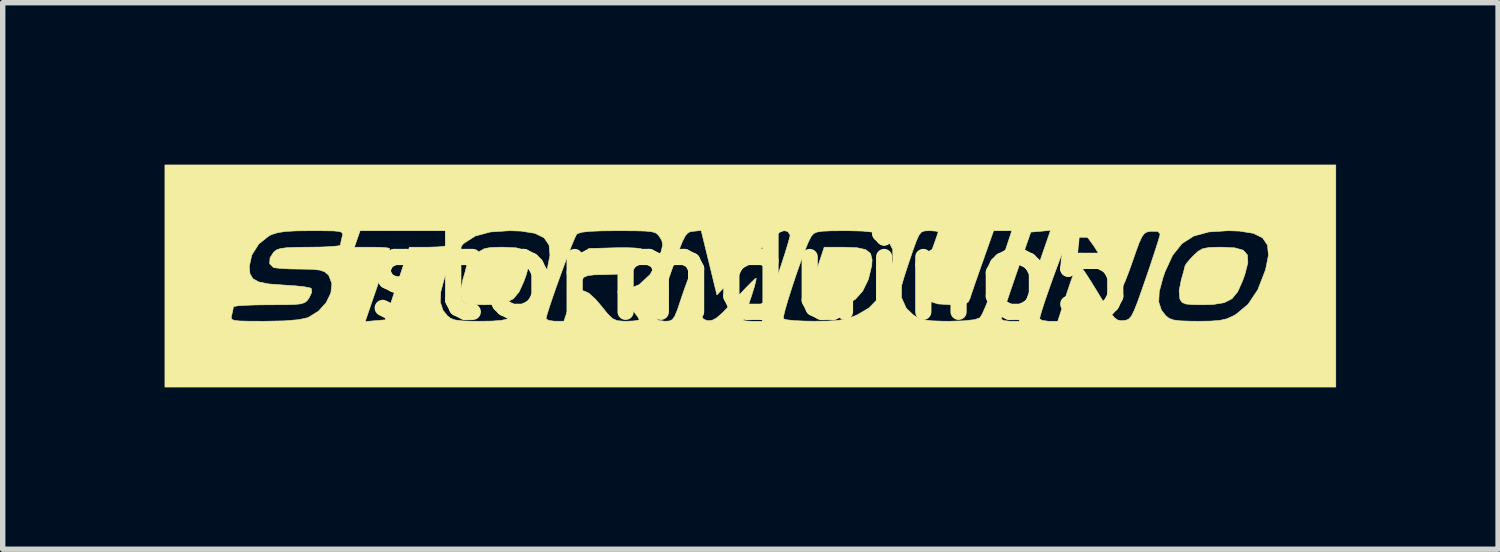
<source format=kicad_pcb>
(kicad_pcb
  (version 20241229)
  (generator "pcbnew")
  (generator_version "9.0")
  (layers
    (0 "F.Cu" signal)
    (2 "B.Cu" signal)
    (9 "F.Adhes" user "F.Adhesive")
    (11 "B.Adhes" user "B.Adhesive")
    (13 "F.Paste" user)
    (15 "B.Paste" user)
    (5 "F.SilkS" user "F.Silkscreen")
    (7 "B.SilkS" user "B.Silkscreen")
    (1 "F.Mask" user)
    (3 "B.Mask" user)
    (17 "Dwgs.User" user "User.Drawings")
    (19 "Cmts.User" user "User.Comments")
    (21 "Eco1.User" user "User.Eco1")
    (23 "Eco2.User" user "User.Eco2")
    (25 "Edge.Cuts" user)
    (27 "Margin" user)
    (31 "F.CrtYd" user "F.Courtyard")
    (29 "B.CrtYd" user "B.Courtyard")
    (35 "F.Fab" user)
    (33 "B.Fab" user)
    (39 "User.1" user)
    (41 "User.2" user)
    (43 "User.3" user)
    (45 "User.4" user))
  (footprint "stormduino5"
    (layer "F.Cu")
    (at 10.825 2.037)
    (property "Reference" "stormduino5" (at 0 0 0) (layer "F.SilkS") (effects (font (size 1.524 1.524) (thickness 0.3))))
    (attr through_hole)
    (fp_poly (pts (xy 2.002 -0.498) (xy 2.163 -0.462) (xy 2.252 -0.391) (xy 2.281 -0.276) (xy 2.274 -0.167) (xy 2.212 0.089) (xy 2.107 0.305) (xy 1.973 0.455) (xy 1.926 0.485) (xy 1.824 0.516) (xy 1.669 0.54) (xy 1.49 0.555) (xy 1.313 0.561) (xy 1.168 0.556) (xy 1.08 0.538) (xy 1.067 0.523) (xy 1.082 0.463) (xy 1.122 0.328) (xy 1.181 0.141) (xy 1.23 -0.01) (xy 1.393 -0.508) (xy 1.754 -0.508) (xy 2.002 -0.498)) (stroke (width 0.01) (type solid)) (fill yes) (layer "F.SilkS"))
    (fp_poly (pts (xy -4.31 -0.496) (xy -4.154 -0.452) (xy -4.075 -0.364) (xy -4.068 -0.219) (xy -4.123 -0.005) (xy -4.168 0.121) (xy -4.257 0.318) (xy -4.363 0.447) (xy -4.508 0.521) (xy -4.714 0.554) (xy -4.902 0.559) (xy -5.1 0.556) (xy -5.219 0.544) (xy -5.285 0.516) (xy -5.32 0.466) (xy -5.329 0.445) (xy -5.342 0.3) (xy -5.303 0.103) (xy -5.303 0.102) (xy -5.261 -0.041) (xy -5.236 -0.14) (xy -5.233 -0.161) (xy -5.2 -0.215) (xy -5.117 -0.31) (xy -5.076 -0.352) (xy -4.986 -0.434) (xy -4.9 -0.481) (xy -4.786 -0.502) (xy -4.611 -0.508) (xy -4.553 -0.508) (xy -4.31 -0.496)) (stroke (width 0.01) (type solid)) (fill yes) (layer "F.SilkS"))
    (fp_poly (pts (xy 8.999 -0.496) (xy 9.156 -0.452) (xy 9.234 -0.364) (xy 9.242 -0.219) (xy 9.187 -0.005) (xy 9.142 0.121) (xy 9.053 0.318) (xy 8.947 0.447) (xy 8.802 0.521) (xy 8.595 0.554) (xy 8.408 0.559) (xy 8.21 0.556) (xy 8.09 0.544) (xy 8.025 0.516) (xy 7.989 0.466) (xy 7.981 0.445) (xy 7.968 0.3) (xy 8.007 0.103) (xy 8.007 0.102) (xy 8.048 -0.041) (xy 8.073 -0.14) (xy 8.077 -0.161) (xy 8.11 -0.215) (xy 8.193 -0.31) (xy 8.234 -0.352) (xy 8.323 -0.434) (xy 8.409 -0.481) (xy 8.523 -0.502) (xy 8.698 -0.508) (xy 8.757 -0.508) (xy 8.999 -0.496)) (stroke (width 0.01) (type solid)) (fill yes) (layer "F.SilkS"))
    (fp_poly (pts (xy 10.871 2.083) (xy -10.82 2.083) (xy -10.82 0.796) (xy -9.592 0.796) (xy -9.581 0.828) (xy -9.534 0.848) (xy -9.435 0.859) (xy -9.267 0.863) (xy -9.017 0.864) (xy -8.97 0.864) (xy -8.609 0.857) (xy -8.346 0.835) (xy -8.18 0.8) (xy -8.164 0.794) (xy -7.975 0.677) (xy -7.832 0.518) (xy -7.746 0.341) (xy -7.727 0.166) (xy -7.784 0.016) (xy -7.799 -0.001) (xy -7.861 -0.052) (xy -7.949 -0.083) (xy -8.089 -0.098) (xy -8.304 -0.102) (xy -8.31 -0.102) (xy -8.515 -0.105) (xy -8.687 -0.115) (xy -8.795 -0.128) (xy -8.81 -0.132) (xy -8.88 -0.203) (xy -8.872 -0.312) (xy -8.806 -0.415) (xy -8.755 -0.456) (xy -8.679 -0.483) (xy -8.558 -0.499) (xy -8.372 -0.506) (xy -8.146 -0.508) (xy -7.31 -0.508) (xy -6.982 -0.508) (xy -6.815 -0.505) (xy -6.697 -0.495) (xy -6.655 -0.483) (xy -6.67 -0.429) (xy -6.713 -0.297) (xy -6.777 -0.104) (xy -6.856 0.129) (xy -6.882 0.205) (xy -7.11 0.87) (xy -6.924 0.854) (xy -6.739 0.838) (xy -6.629 0.509) (xy -5.719 0.509) (xy -5.669 0.66) (xy -5.587 0.763) (xy -5.525 0.811) (xy -5.442 0.841) (xy -5.313 0.857) (xy -5.116 0.863) (xy -4.996 0.864) (xy -4.756 0.861) (xy -4.588 0.848) (xy -4.463 0.82) (xy -4.453 0.816) (xy -3.759 0.816) (xy -3.715 0.848) (xy -3.607 0.863) (xy -3.594 0.863) (xy -3.429 0.863) (xy -3.2 0.19) (xy -2.971 -0.483) (xy -2.476 -0.497) (xy -2.266 -0.499) (xy -2.1 -0.492) (xy -2 -0.478) (xy -1.981 -0.467) (xy -2.007 -0.339) (xy -2.07 -0.195) (xy -2.148 -0.082) (xy -2.186 -0.05) (xy -2.281 -0.025) (xy -2.444 -0.008) (xy -2.641 -0.000072) (xy -2.662 0) (xy -2.864 0.004) (xy -2.988 0.018) (xy -3.058 0.049) (xy -3.097 0.098) (xy -3.146 0.226) (xy -3.118 0.292) (xy -3.051 0.305) (xy -2.964 0.346) (xy -2.841 0.458) (xy -2.734 0.584) (xy -2.615 0.731) (xy -2.528 0.815) (xy -2.442 0.853) (xy -2.328 0.863) (xy -2.274 0.864) (xy -2.133 0.858) (xy -2.046 0.843) (xy -2.032 0.833) (xy -2.051 0.8) (xy -1.724 0.8) (xy -1.681 0.846) (xy -1.56 0.864) (xy -1.56 0.864) (xy -1.479 0.86) (xy -1.423 0.836) (xy -1.376 0.774) (xy -1.327 0.655) (xy -1.261 0.46) (xy -1.251 0.428) (xy -1.186 0.239) (xy -1.133 0.096) (xy -1.097 0.019) (xy -1.089 0.012) (xy -1.069 0.067) (xy -1.034 0.197) (xy -0.991 0.377) (xy -0.977 0.435) (xy -0.929 0.636) (xy -0.888 0.758) (xy -0.845 0.822) (xy -0.788 0.848) (xy -0.755 0.854) (xy -0.684 0.847) (xy -0.602 0.804) (xy -0.495 0.712) (xy -0.347 0.559) (xy -0.255 0.458) (xy -0.104 0.294) (xy 0.021 0.165) (xy 0.105 0.084) (xy 0.134 0.066) (xy 0.127 0.119) (xy 0.094 0.244) (xy 0.04 0.415) (xy 0.025 0.458) (xy -0.035 0.636) (xy -0.079 0.772) (xy -0.101 0.843) (xy -0.102 0.847) (xy -0.057 0.858) (xy 0.052 0.864) (xy 0.07 0.864) (xy 0.241 0.864) (xy 0.256 0.818) (xy 0.638 0.818) (xy 0.698 0.837) (xy 0.836 0.852) (xy 1.032 0.861) (xy 1.209 0.863) (xy 1.471 0.86) (xy 1.66 0.847) (xy 1.805 0.82) (xy 1.937 0.775) (xy 2.012 0.742) (xy 2.222 0.618) (xy 2.382 0.455) (xy 2.399 0.426) (xy 2.825 0.426) (xy 2.914 0.623) (xy 3.046 0.749) (xy 3.141 0.804) (xy 3.244 0.838) (xy 3.383 0.856) (xy 3.585 0.863) (xy 3.706 0.864) (xy 3.983 0.856) (xy 4.176 0.835) (xy 4.203 0.826) (xy 4.674 0.826) (xy 4.718 0.851) (xy 4.826 0.863) (xy 4.839 0.863) (xy 5.004 0.863) (xy 5.02 0.817) (xy 5.385 0.817) (xy 5.429 0.848) (xy 5.538 0.863) (xy 5.553 0.864) (xy 5.72 0.864) (xy 5.893 0.33) (xy 5.965 0.116) (xy 6.03 -0.058) (xy 6.079 -0.17) (xy 6.102 -0.203) (xy 6.141 -0.162) (xy 6.22 -0.05) (xy 6.328 0.116) (xy 6.453 0.319) (xy 6.46 0.331) (xy 6.597 0.555) (xy 6.695 0.705) (xy 6.768 0.796) (xy 6.827 0.84) (xy 6.887 0.853) (xy 6.934 0.852) (xy 6.993 0.843) (xy 7.04 0.819) (xy 7.085 0.767) (xy 7.134 0.67) (xy 7.195 0.517) (xy 7.198 0.509) (xy 7.591 0.509) (xy 7.641 0.66) (xy 7.723 0.763) (xy 7.784 0.811) (xy 7.868 0.841) (xy 7.997 0.857) (xy 8.194 0.863) (xy 8.314 0.864) (xy 8.554 0.861) (xy 8.722 0.848) (xy 8.847 0.82) (xy 8.958 0.772) (xy 9.024 0.735) (xy 9.246 0.55) (xy 9.426 0.28) (xy 9.566 -0.081) (xy 9.573 -0.107) (xy 9.623 -0.358) (xy 9.605 -0.547) (xy 9.514 -0.681) (xy 9.343 -0.765) (xy 9.086 -0.806) (xy 8.877 -0.813) (xy 8.519 -0.79) (xy 8.239 -0.714) (xy 8.021 -0.574) (xy 7.849 -0.359) (xy 7.709 -0.057) (xy 7.668 0.061) (xy 7.6 0.316) (xy 7.591 0.509) (xy 7.198 0.509) (xy 7.275 0.291) (xy 7.35 0.076) (xy 7.44 -0.188) (xy 7.517 -0.422) (xy 7.576 -0.606) (xy 7.61 -0.722) (xy 7.616 -0.753) (xy 7.577 -0.799) (xy 7.456 -0.803) (xy 7.382 -0.792) (xy 7.327 -0.764) (xy 7.279 -0.7) (xy 7.226 -0.585) (xy 7.159 -0.4) (xy 7.113 -0.267) (xy 7.038 -0.056) (xy 6.972 0.114) (xy 6.923 0.223) (xy 6.902 0.254) (xy 6.865 0.213) (xy 6.787 0.101) (xy 6.68 -0.064) (xy 6.554 -0.266) (xy 6.546 -0.279) (xy 6.391 -0.527) (xy 6.27 -0.693) (xy 6.172 -0.787) (xy 6.087 -0.819) (xy 6.004 -0.797) (xy 5.965 -0.774) (xy 5.934 -0.718) (xy 5.877 -0.586) (xy 5.803 -0.398) (xy 5.718 -0.173) (xy 5.629 0.068) (xy 5.545 0.306) (xy 5.471 0.52) (xy 5.417 0.69) (xy 5.388 0.796) (xy 5.385 0.817) (xy 5.02 0.817) (xy 5.295 0.022) (xy 5.586 -0.819) (xy 5.403 -0.803) (xy 5.221 -0.787) (xy 4.947 0) (xy 4.856 0.266) (xy 4.777 0.499) (xy 4.717 0.68) (xy 4.682 0.795) (xy 4.674 0.826) (xy 4.203 0.826) (xy 4.277 0.8) (xy 4.277 0.8) (xy 4.32 0.732) (xy 4.385 0.585) (xy 4.467 0.377) (xy 4.557 0.126) (xy 4.613 -0.038) (xy 4.869 -0.813) (xy 4.7 -0.813) (xy 4.532 -0.813) (xy 4.33 -0.241) (xy 4.247 -0.006) (xy 4.174 0.203) (xy 4.12 0.362) (xy 4.093 0.445) (xy 4.062 0.508) (xy 4.004 0.542) (xy 3.892 0.556) (xy 3.742 0.559) (xy 3.499 0.543) (xy 3.331 0.489) (xy 3.234 0.388) (xy 3.204 0.231) (xy 3.237 0.008) (xy 3.329 -0.29) (xy 3.353 -0.356) (xy 3.421 -0.544) (xy 3.474 -0.693) (xy 3.502 -0.779) (xy 3.505 -0.791) (xy 3.461 -0.806) (xy 3.351 -0.813) (xy 3.334 -0.813) (xy 3.252 -0.809) (xy 3.194 -0.787) (xy 3.147 -0.727) (xy 3.096 -0.612) (xy 3.028 -0.422) (xy 3.01 -0.368) (xy 2.938 -0.155) (xy 2.877 0.034) (xy 2.836 0.171) (xy 2.827 0.206) (xy 2.825 0.426) (xy 2.399 0.426) (xy 2.511 0.231) (xy 2.595 0.015) (xy 2.665 -0.256) (xy 2.663 -0.464) (xy 2.585 -0.621) (xy 2.474 -0.713) (xy 2.38 -0.76) (xy 2.266 -0.789) (xy 2.108 -0.806) (xy 1.882 -0.812) (xy 1.766 -0.813) (xy 1.524 -0.811) (xy 1.362 -0.804) (xy 1.26 -0.788) (xy 1.199 -0.76) (xy 1.158 -0.714) (xy 1.148 -0.699) (xy 1.1 -0.603) (xy 1.034 -0.441) (xy 0.957 -0.234) (xy 0.875 -0.001) (xy 0.796 0.236) (xy 0.726 0.457) (xy 0.672 0.642) (xy 0.641 0.769) (xy 0.638 0.818) (xy 0.256 0.818) (xy 0.501 0.106) (xy 0.591 -0.159) (xy 0.667 -0.394) (xy 0.724 -0.581) (xy 0.757 -0.701) (xy 0.762 -0.732) (xy 0.719 -0.799) (xy 0.648 -0.814) (xy 0.572 -0.786) (xy 0.453 -0.697) (xy 0.285 -0.542) (xy 0.061 -0.315) (xy -0.03 -0.219) (xy -0.594 0.377) (xy -0.74 -0.22) (xy -0.886 -0.818) (xy -1.034 -0.802) (xy -1.092 -0.793) (xy -1.139 -0.766) (xy -1.184 -0.71) (xy -1.235 -0.609) (xy -1.299 -0.449) (xy -1.384 -0.217) (xy -1.452 -0.025) (xy -1.544 0.238) (xy -1.623 0.471) (xy -1.683 0.654) (xy -1.718 0.77) (xy -1.724 0.8) (xy -2.051 0.8) (xy -2.062 0.78) (xy -2.141 0.675) (xy -2.235 0.559) (xy -2.437 0.317) (xy -2.277 0.285) (xy -2.034 0.186) (xy -1.834 0.000284) (xy -1.686 -0.265) (xy -1.678 -0.285) (xy -1.621 -0.45) (xy -1.6 -0.553) (xy -1.614 -0.628) (xy -1.651 -0.692) (xy -1.686 -0.74) (xy -1.731 -0.773) (xy -1.802 -0.794) (xy -1.917 -0.806) (xy -2.095 -0.811) (xy -2.351 -0.813) (xy -2.433 -0.813) (xy -2.738 -0.81) (xy -2.954 -0.801) (xy -3.095 -0.785) (xy -3.174 -0.76) (xy -3.194 -0.744) (xy -3.228 -0.676) (xy -3.287 -0.534) (xy -3.363 -0.337) (xy -3.449 -0.106) (xy -3.537 0.136) (xy -3.62 0.371) (xy -3.689 0.575) (xy -3.738 0.729) (xy -3.759 0.812) (xy -3.759 0.816) (xy -4.453 0.816) (xy -4.352 0.772) (xy -4.286 0.735) (xy -4.063 0.55) (xy -3.884 0.28) (xy -3.744 -0.081) (xy -3.736 -0.107) (xy -3.687 -0.358) (xy -3.704 -0.547) (xy -3.795 -0.681) (xy -3.966 -0.765) (xy -4.224 -0.806) (xy -4.433 -0.813) (xy -4.79 -0.79) (xy -5.071 -0.714) (xy -5.289 -0.574) (xy -5.46 -0.359) (xy -5.6 -0.057) (xy -5.641 0.061) (xy -5.709 0.316) (xy -5.719 0.509) (xy -6.629 0.509) (xy -6.291 -0.508) (xy -5.939 -0.508) (xy -5.765 -0.513) (xy -5.639 -0.526) (xy -5.587 -0.545) (xy -5.587 -0.546) (xy -5.575 -0.621) (xy -5.556 -0.699) (xy -5.525 -0.813) (xy -7.204 -0.813) (xy -7.31 -0.508) (xy -8.146 -0.508) (xy -7.917 -0.511) (xy -7.731 -0.52) (xy -7.609 -0.532) (xy -7.569 -0.546) (xy -7.556 -0.621) (xy -7.537 -0.699) (xy -7.527 -0.747) (xy -7.539 -0.779) (xy -7.589 -0.799) (xy -7.692 -0.809) (xy -7.866 -0.812) (xy -8.11 -0.813) (xy -8.389 -0.81) (xy -8.588 -0.799) (xy -8.731 -0.777) (xy -8.84 -0.743) (xy -8.891 -0.718) (xy -9.081 -0.567) (xy -9.21 -0.362) (xy -9.257 -0.152) (xy -9.245 -0.018) (xy -9.19 0.076) (xy -9.078 0.137) (xy -8.894 0.173) (xy -8.624 0.193) (xy -8.413 0.207) (xy -8.24 0.225) (xy -8.131 0.246) (xy -8.108 0.257) (xy -8.1 0.327) (xy -8.147 0.429) (xy -8.185 0.482) (xy -8.23 0.518) (xy -8.3 0.541) (xy -8.413 0.553) (xy -8.588 0.558) (xy -8.844 0.559) (xy -8.891 0.559) (xy -9.137 0.562) (xy -9.341 0.569) (xy -9.485 0.58) (xy -9.549 0.594) (xy -9.551 0.597) (xy -9.564 0.672) (xy -9.582 0.749) (xy -9.592 0.796) (xy -10.82 0.796) (xy -10.82 -2.032) (xy 10.871 -2.032) (xy 10.871 2.083)) (stroke (width 0.01) (type solid)) (fill yes) (layer "F.SilkS")))
  (gr_rect
    (start -3 -3)
    (end 24.702 7.125)
    (stroke (width 0.1) (type default))
    (fill no)
    (layer "Edge.Cuts")))
</source>
